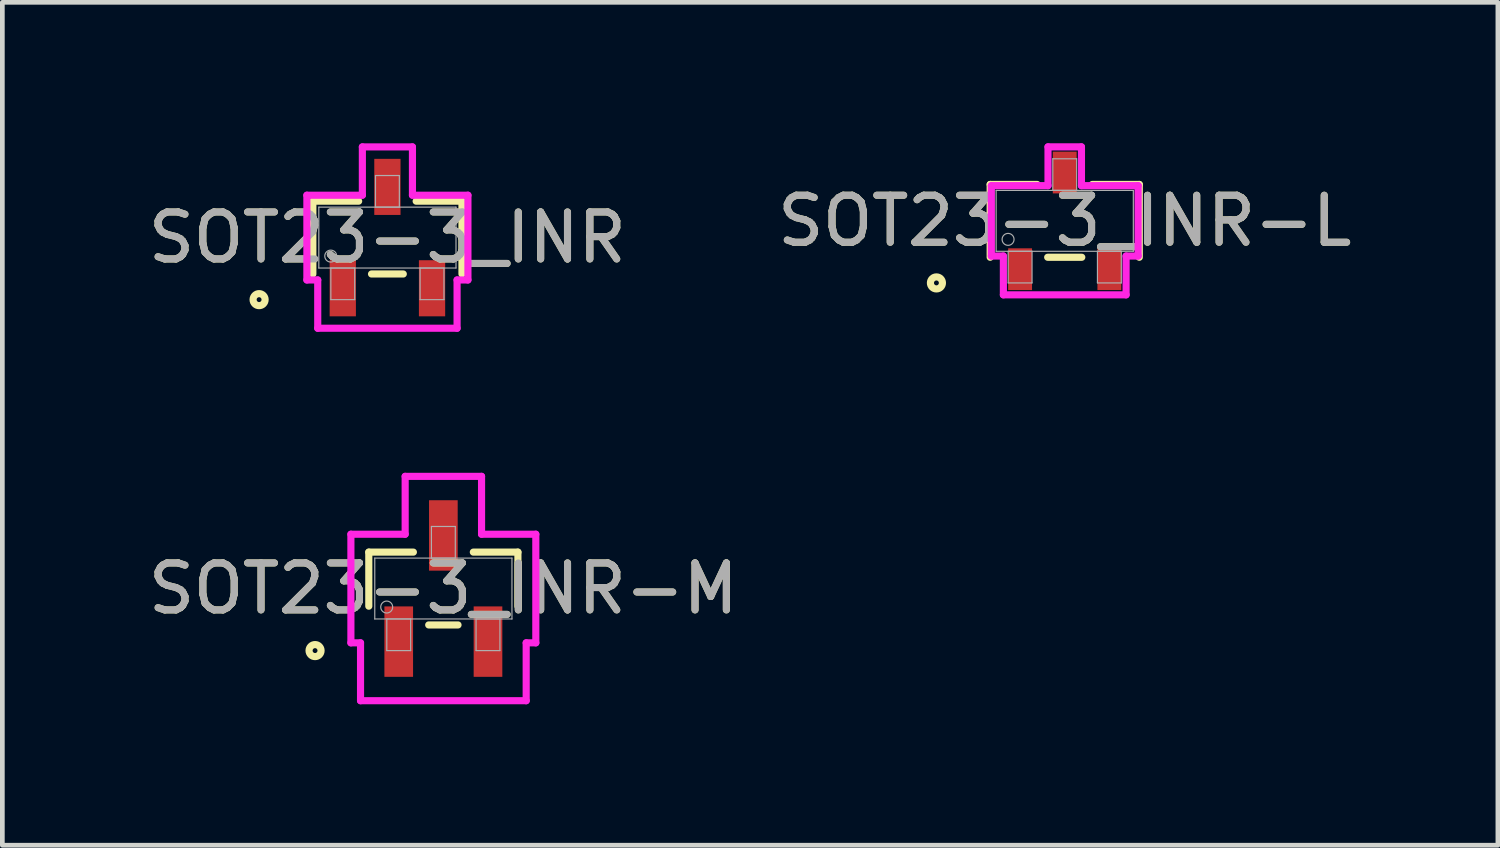
<source format=kicad_pcb>
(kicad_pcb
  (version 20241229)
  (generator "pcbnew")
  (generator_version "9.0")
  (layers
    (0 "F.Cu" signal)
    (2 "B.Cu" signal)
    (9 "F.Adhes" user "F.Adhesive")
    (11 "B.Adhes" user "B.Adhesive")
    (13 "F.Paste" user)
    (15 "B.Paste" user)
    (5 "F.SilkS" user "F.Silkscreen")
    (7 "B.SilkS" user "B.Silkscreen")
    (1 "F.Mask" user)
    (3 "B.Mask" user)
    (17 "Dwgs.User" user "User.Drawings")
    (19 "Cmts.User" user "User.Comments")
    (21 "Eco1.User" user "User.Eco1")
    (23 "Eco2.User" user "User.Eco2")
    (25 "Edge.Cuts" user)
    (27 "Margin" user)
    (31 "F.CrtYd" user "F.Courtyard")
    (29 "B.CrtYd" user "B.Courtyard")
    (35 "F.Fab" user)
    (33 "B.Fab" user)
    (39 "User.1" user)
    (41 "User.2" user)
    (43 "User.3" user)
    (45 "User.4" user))
  (footprint "SOT23-3_INR"
    (layer "F.Cu")
    (at 5.196 2.007)
    (property "Reference" "SOT23-3_INR" (at 0 0 0) (unlocked yes) (layer "F.SilkS") (effects (font (size 1 1) (thickness 0.15))))
    (attr smd)
    (fp_line (start -1.587 -0.775) (end -1.587 0.775) (stroke (width 0.152) (type solid)) (layer "F.SilkS"))
    (fp_line (start -0.612 -0.775) (end -1.587 -0.775) (stroke (width 0.152) (type solid)) (layer "F.SilkS"))
    (fp_line (start -0.338 0.775) (end 0.338 0.775) (stroke (width 0.152) (type solid)) (layer "F.SilkS"))
    (fp_line (start 1.587 -0.775) (end 0.612 -0.775) (stroke (width 0.152) (type solid)) (layer "F.SilkS"))
    (fp_line (start 1.587 0.775) (end 1.587 -0.775) (stroke (width 0.152) (type solid)) (layer "F.SilkS"))
    (fp_circle (center -2.731 1.321) (end -2.603 1.321) (stroke (width 0.152) (type solid)) (fill no) (layer "F.SilkS"))
    (fp_line (start -1.714 -0.902) (end -0.533 -0.902) (stroke (width 0.152) (type solid)) (layer "F.CrtYd"))
    (fp_line (start -1.714 0.902) (end -1.714 -0.902) (stroke (width 0.152) (type solid)) (layer "F.CrtYd"))
    (fp_line (start -1.714 0.902) (end -1.483 0.902) (stroke (width 0.152) (type solid)) (layer "F.CrtYd"))
    (fp_line (start -1.483 0.902) (end -1.483 1.93) (stroke (width 0.152) (type solid)) (layer "F.CrtYd"))
    (fp_line (start -1.483 1.93) (end 1.483 1.93) (stroke (width 0.152) (type solid)) (layer "F.CrtYd"))
    (fp_line (start -0.533 -1.93) (end 0.533 -1.93) (stroke (width 0.152) (type solid)) (layer "F.CrtYd"))
    (fp_line (start -0.533 -0.902) (end -0.533 -1.93) (stroke (width 0.152) (type solid)) (layer "F.CrtYd"))
    (fp_line (start 0.533 -0.902) (end 0.533 -1.93) (stroke (width 0.152) (type solid)) (layer "F.CrtYd"))
    (fp_line (start 1.483 0.902) (end 1.483 1.93) (stroke (width 0.152) (type solid)) (layer "F.CrtYd"))
    (fp_line (start 1.714 -0.902) (end 0.533 -0.902) (stroke (width 0.152) (type solid)) (layer "F.CrtYd"))
    (fp_line (start 1.714 -0.902) (end 1.714 0.902) (stroke (width 0.152) (type solid)) (layer "F.CrtYd"))
    (fp_line (start 1.714 0.902) (end 1.483 0.902) (stroke (width 0.152) (type solid)) (layer "F.CrtYd"))
    (fp_line (start -1.46 -0.648) (end -1.46 0.648) (stroke (width 0.025) (type solid)) (layer "F.Fab"))
    (fp_line (start -1.46 0.648) (end 1.46 0.648) (stroke (width 0.025) (type solid)) (layer "F.Fab"))
    (fp_line (start -1.204 0.648) (end -1.204 1.321) (stroke (width 0.025) (type solid)) (layer "F.Fab"))
    (fp_line (start -1.204 1.321) (end -0.696 1.321) (stroke (width 0.025) (type solid)) (layer "F.Fab"))
    (fp_line (start -0.696 0.648) (end -1.204 0.648) (stroke (width 0.025) (type solid)) (layer "F.Fab"))
    (fp_line (start -0.696 1.321) (end -0.696 0.648) (stroke (width 0.025) (type solid)) (layer "F.Fab"))
    (fp_line (start -0.254 -1.321) (end -0.254 -0.648) (stroke (width 0.025) (type solid)) (layer "F.Fab"))
    (fp_line (start -0.254 -0.648) (end 0.254 -0.648) (stroke (width 0.025) (type solid)) (layer "F.Fab"))
    (fp_line (start 0.254 -1.321) (end -0.254 -1.321) (stroke (width 0.025) (type solid)) (layer "F.Fab"))
    (fp_line (start 0.254 -0.648) (end 0.254 -1.321) (stroke (width 0.025) (type solid)) (layer "F.Fab"))
    (fp_line (start 0.696 0.648) (end 0.696 1.321) (stroke (width 0.025) (type solid)) (layer "F.Fab"))
    (fp_line (start 0.696 1.321) (end 1.204 1.321) (stroke (width 0.025) (type solid)) (layer "F.Fab"))
    (fp_line (start 1.204 0.648) (end 0.696 0.648) (stroke (width 0.025) (type solid)) (layer "F.Fab"))
    (fp_line (start 1.204 1.321) (end 1.204 0.648) (stroke (width 0.025) (type solid)) (layer "F.Fab"))
    (fp_line (start 1.46 -0.648) (end -1.46 -0.648) (stroke (width 0.025) (type solid)) (layer "F.Fab"))
    (fp_line (start 1.46 0.648) (end 1.46 -0.648) (stroke (width 0.025) (type solid)) (layer "F.Fab"))
    (fp_circle (center -1.206 0.394) (end -1.079 0.394) (stroke (width 0.025) (type solid)) (fill no) (layer "F.Fab"))
    (fp_text user "${REFERENCE}" (at 0 0 0) (unlocked yes) (layer "F.Fab") (effects (font (size 1 1) (thickness 0.15))))
    (pad "1" smd rect (at -0.95 1.079) (size 0.559 1.194) (layers "F.Cu" "F.Mask" "F.Paste"))
    (pad "2" smd rect (at 0.95 1.079) (size 0.559 1.194) (layers "F.Cu" "F.Mask" "F.Paste"))
    (pad "3" smd rect (at 0 -1.079) (size 0.559 1.194) (layers "F.Cu" "F.Mask" "F.Paste")))
  (footprint "SOT23-3_INR-M"
    (layer "F.Cu")
    (at 6.387 9.477)
    (property "Reference" "SOT23-3_INR-M" (at 0 0 0) (unlocked yes) (layer "F.SilkS") (effects (font (size 1 1) (thickness 0.15))))
    (attr smd)
    (fp_line (start -1.587 -0.775) (end -1.587 0.376) (stroke (width 0.152) (type solid)) (layer "F.SilkS"))
    (fp_line (start -0.638 -0.775) (end -1.587 -0.775) (stroke (width 0.152) (type solid)) (layer "F.SilkS"))
    (fp_line (start -0.312 0.775) (end 0.312 0.775) (stroke (width 0.152) (type solid)) (layer "F.SilkS"))
    (fp_line (start 1.587 -0.775) (end 0.638 -0.775) (stroke (width 0.152) (type solid)) (layer "F.SilkS"))
    (fp_line (start 1.587 0.376) (end 1.587 -0.775) (stroke (width 0.152) (type solid)) (layer "F.SilkS"))
    (fp_circle (center -2.731 1.321) (end -2.603 1.321) (stroke (width 0.152) (type solid)) (fill no) (layer "F.SilkS"))
    (fp_line (start -1.968 -1.156) (end -0.813 -1.156) (stroke (width 0.152) (type solid)) (layer "F.CrtYd"))
    (fp_line (start -1.968 1.156) (end -1.968 -1.156) (stroke (width 0.152) (type solid)) (layer "F.CrtYd"))
    (fp_line (start -1.968 1.156) (end -1.763 1.156) (stroke (width 0.152) (type solid)) (layer "F.CrtYd"))
    (fp_line (start -1.763 1.156) (end -1.763 2.388) (stroke (width 0.152) (type solid)) (layer "F.CrtYd"))
    (fp_line (start -1.763 2.388) (end 1.763 2.388) (stroke (width 0.152) (type solid)) (layer "F.CrtYd"))
    (fp_line (start -0.813 -2.388) (end 0.813 -2.388) (stroke (width 0.152) (type solid)) (layer "F.CrtYd"))
    (fp_line (start -0.813 -1.156) (end -0.813 -2.388) (stroke (width 0.152) (type solid)) (layer "F.CrtYd"))
    (fp_line (start 0.813 -1.156) (end 0.813 -2.388) (stroke (width 0.152) (type solid)) (layer "F.CrtYd"))
    (fp_line (start 1.763 1.156) (end 1.763 2.388) (stroke (width 0.152) (type solid)) (layer "F.CrtYd"))
    (fp_line (start 1.968 -1.156) (end 0.813 -1.156) (stroke (width 0.152) (type solid)) (layer "F.CrtYd"))
    (fp_line (start 1.968 -1.156) (end 1.968 1.156) (stroke (width 0.152) (type solid)) (layer "F.CrtYd"))
    (fp_line (start 1.968 1.156) (end 1.763 1.156) (stroke (width 0.152) (type solid)) (layer "F.CrtYd"))
    (fp_line (start -1.46 -0.648) (end -1.46 0.648) (stroke (width 0.025) (type solid)) (layer "F.Fab"))
    (fp_line (start -1.46 0.648) (end 1.46 0.648) (stroke (width 0.025) (type solid)) (layer "F.Fab"))
    (fp_line (start -1.204 0.648) (end -1.204 1.321) (stroke (width 0.025) (type solid)) (layer "F.Fab"))
    (fp_line (start -1.204 1.321) (end -0.696 1.321) (stroke (width 0.025) (type solid)) (layer "F.Fab"))
    (fp_line (start -0.696 0.648) (end -1.204 0.648) (stroke (width 0.025) (type solid)) (layer "F.Fab"))
    (fp_line (start -0.696 1.321) (end -0.696 0.648) (stroke (width 0.025) (type solid)) (layer "F.Fab"))
    (fp_line (start -0.254 -1.321) (end -0.254 -0.648) (stroke (width 0.025) (type solid)) (layer "F.Fab"))
    (fp_line (start -0.254 -0.648) (end 0.254 -0.648) (stroke (width 0.025) (type solid)) (layer "F.Fab"))
    (fp_line (start 0.254 -1.321) (end -0.254 -1.321) (stroke (width 0.025) (type solid)) (layer "F.Fab"))
    (fp_line (start 0.254 -0.648) (end 0.254 -1.321) (stroke (width 0.025) (type solid)) (layer "F.Fab"))
    (fp_line (start 0.696 0.648) (end 0.696 1.321) (stroke (width 0.025) (type solid)) (layer "F.Fab"))
    (fp_line (start 0.696 1.321) (end 1.204 1.321) (stroke (width 0.025) (type solid)) (layer "F.Fab"))
    (fp_line (start 1.204 0.648) (end 0.696 0.648) (stroke (width 0.025) (type solid)) (layer "F.Fab"))
    (fp_line (start 1.204 1.321) (end 1.204 0.648) (stroke (width 0.025) (type solid)) (layer "F.Fab"))
    (fp_line (start 1.46 -0.648) (end -1.46 -0.648) (stroke (width 0.025) (type solid)) (layer "F.Fab"))
    (fp_line (start 1.46 0.648) (end 1.46 -0.648) (stroke (width 0.025) (type solid)) (layer "F.Fab"))
    (fp_circle (center -1.206 0.394) (end -1.079 0.394) (stroke (width 0.025) (type solid)) (fill no) (layer "F.Fab"))
    (fp_text user "${REFERENCE}" (at 0 0 0) (unlocked yes) (layer "F.Fab") (effects (font (size 1 1) (thickness 0.15))))
    (pad "1" smd rect (at -0.95 1.13) (size 0.61 1.499) (layers "F.Cu" "F.Mask" "F.Paste"))
    (pad "2" smd rect (at 0.95 1.13) (size 0.61 1.499) (layers "F.Cu" "F.Mask" "F.Paste"))
    (pad "3" smd rect (at 0 -1.13) (size 0.61 1.499) (layers "F.Cu" "F.Mask" "F.Paste")))
  (footprint "SOT23-3_INR-L"
    (layer "F.Cu")
    (at 19.613 1.651)
    (property "Reference" "SOT23-3_INR-L" (at 0 0 0) (unlocked yes) (layer "F.SilkS") (effects (font (size 1 1) (thickness 0.15))))
    (attr smd)
    (fp_line (start -1.587 -0.775) (end -1.587 0.775) (stroke (width 0.152) (type solid)) (layer "F.SilkS"))
    (fp_line (start -0.587 -0.775) (end -1.587 -0.775) (stroke (width 0.152) (type solid)) (layer "F.SilkS"))
    (fp_line (start -0.363 0.775) (end 0.363 0.775) (stroke (width 0.152) (type solid)) (layer "F.SilkS"))
    (fp_line (start 1.587 -0.775) (end 0.587 -0.775) (stroke (width 0.152) (type solid)) (layer "F.SilkS"))
    (fp_line (start 1.587 0.775) (end 1.587 -0.775) (stroke (width 0.152) (type solid)) (layer "F.SilkS"))
    (fp_circle (center -2.731 1.321) (end -2.603 1.321) (stroke (width 0.152) (type solid)) (fill no) (layer "F.SilkS"))
    (fp_line (start -1.562 -0.749) (end -0.356 -0.749) (stroke (width 0.152) (type solid)) (layer "F.CrtYd"))
    (fp_line (start -1.562 0.749) (end -1.562 -0.749) (stroke (width 0.152) (type solid)) (layer "F.CrtYd"))
    (fp_line (start -1.562 0.749) (end -1.306 0.749) (stroke (width 0.152) (type solid)) (layer "F.CrtYd"))
    (fp_line (start -1.306 0.749) (end -1.306 1.575) (stroke (width 0.152) (type solid)) (layer "F.CrtYd"))
    (fp_line (start -1.306 1.575) (end 1.306 1.575) (stroke (width 0.152) (type solid)) (layer "F.CrtYd"))
    (fp_line (start -0.356 -1.575) (end 0.356 -1.575) (stroke (width 0.152) (type solid)) (layer "F.CrtYd"))
    (fp_line (start -0.356 -0.749) (end -0.356 -1.575) (stroke (width 0.152) (type solid)) (layer "F.CrtYd"))
    (fp_line (start 0.356 -0.749) (end 0.356 -1.575) (stroke (width 0.152) (type solid)) (layer "F.CrtYd"))
    (fp_line (start 1.306 0.749) (end 1.306 1.575) (stroke (width 0.152) (type solid)) (layer "F.CrtYd"))
    (fp_line (start 1.562 -0.749) (end 0.356 -0.749) (stroke (width 0.152) (type solid)) (layer "F.CrtYd"))
    (fp_line (start 1.562 -0.749) (end 1.562 0.749) (stroke (width 0.152) (type solid)) (layer "F.CrtYd"))
    (fp_line (start 1.562 0.749) (end 1.306 0.749) (stroke (width 0.152) (type solid)) (layer "F.CrtYd"))
    (fp_line (start -1.46 -0.648) (end -1.46 0.648) (stroke (width 0.025) (type solid)) (layer "F.Fab"))
    (fp_line (start -1.46 0.648) (end 1.46 0.648) (stroke (width 0.025) (type solid)) (layer "F.Fab"))
    (fp_line (start -1.204 0.648) (end -1.204 1.321) (stroke (width 0.025) (type solid)) (layer "F.Fab"))
    (fp_line (start -1.204 1.321) (end -0.696 1.321) (stroke (width 0.025) (type solid)) (layer "F.Fab"))
    (fp_line (start -0.696 0.648) (end -1.204 0.648) (stroke (width 0.025) (type solid)) (layer "F.Fab"))
    (fp_line (start -0.696 1.321) (end -0.696 0.648) (stroke (width 0.025) (type solid)) (layer "F.Fab"))
    (fp_line (start -0.254 -1.321) (end -0.254 -0.648) (stroke (width 0.025) (type solid)) (layer "F.Fab"))
    (fp_line (start -0.254 -0.648) (end 0.254 -0.648) (stroke (width 0.025) (type solid)) (layer "F.Fab"))
    (fp_line (start 0.254 -1.321) (end -0.254 -1.321) (stroke (width 0.025) (type solid)) (layer "F.Fab"))
    (fp_line (start 0.254 -0.648) (end 0.254 -1.321) (stroke (width 0.025) (type solid)) (layer "F.Fab"))
    (fp_line (start 0.696 0.648) (end 0.696 1.321) (stroke (width 0.025) (type solid)) (layer "F.Fab"))
    (fp_line (start 0.696 1.321) (end 1.204 1.321) (stroke (width 0.025) (type solid)) (layer "F.Fab"))
    (fp_line (start 1.204 0.648) (end 0.696 0.648) (stroke (width 0.025) (type solid)) (layer "F.Fab"))
    (fp_line (start 1.204 1.321) (end 1.204 0.648) (stroke (width 0.025) (type solid)) (layer "F.Fab"))
    (fp_line (start 1.46 -0.648) (end -1.46 -0.648) (stroke (width 0.025) (type solid)) (layer "F.Fab"))
    (fp_line (start 1.46 0.648) (end 1.46 -0.648) (stroke (width 0.025) (type solid)) (layer "F.Fab"))
    (fp_circle (center -1.206 0.394) (end -1.079 0.394) (stroke (width 0.025) (type solid)) (fill no) (layer "F.Fab"))
    (fp_text user "${REFERENCE}" (at 0 0 0) (unlocked yes) (layer "F.Fab") (effects (font (size 1 1) (thickness 0.15))))
    (pad "1" smd rect (at -0.95 1.029) (size 0.508 0.889) (layers "F.Cu" "F.Mask" "F.Paste"))
    (pad "2" smd rect (at 0.95 1.029) (size 0.508 0.889) (layers "F.Cu" "F.Mask" "F.Paste"))
    (pad "3" smd rect (at 0 -1.029) (size 0.508 0.889) (layers "F.Cu" "F.Mask" "F.Paste")))
  (gr_rect
    (start -3 -3)
    (end 28.833 14.941)
    (stroke (width 0.1) (type default))
    (fill no)
    (layer "Edge.Cuts")))
</source>
